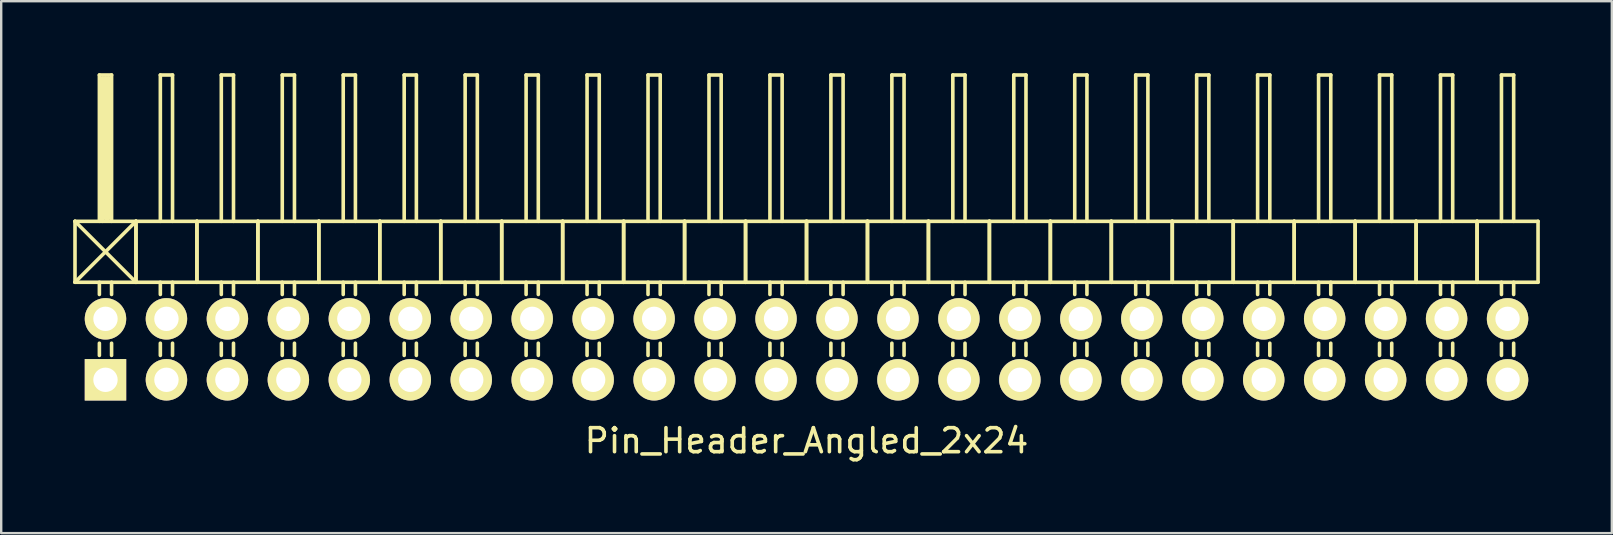
<source format=kicad_pcb>
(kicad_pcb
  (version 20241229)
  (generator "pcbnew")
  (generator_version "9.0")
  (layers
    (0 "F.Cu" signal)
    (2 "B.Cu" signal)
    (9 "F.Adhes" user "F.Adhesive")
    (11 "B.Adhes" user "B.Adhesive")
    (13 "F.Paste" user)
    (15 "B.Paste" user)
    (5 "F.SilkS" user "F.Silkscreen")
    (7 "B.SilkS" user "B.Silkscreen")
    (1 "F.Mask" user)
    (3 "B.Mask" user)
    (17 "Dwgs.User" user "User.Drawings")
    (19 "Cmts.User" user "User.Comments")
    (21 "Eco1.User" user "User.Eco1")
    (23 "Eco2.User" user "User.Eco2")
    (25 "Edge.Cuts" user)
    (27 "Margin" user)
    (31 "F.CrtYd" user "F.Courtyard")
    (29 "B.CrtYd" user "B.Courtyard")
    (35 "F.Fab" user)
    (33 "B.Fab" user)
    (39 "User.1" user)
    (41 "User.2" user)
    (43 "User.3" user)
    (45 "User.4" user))
  (footprint "Pin_Header_Angled_2x24"
    (layer "F.Cu")
    (at 30.555 11.505)
    (property "Reference" "Pin_Header_Angled_2x24" (at 0 3.81 0) (layer "F.SilkS") (effects (font (size 1 1) (thickness 0.15))))
    (attr through_hole)
    (fp_line (start -30.48 -5.334) (end -27.94 -2.794) (stroke (width 0.15) (type solid)) (layer "F.SilkS"))
    (fp_line (start -30.48 -2.794) (end -30.48 -5.334) (stroke (width 0.15) (type solid)) (layer "F.SilkS"))
    (fp_line (start -30.48 -2.794) (end -27.94 -5.334) (stroke (width 0.15) (type solid)) (layer "F.SilkS"))
    (fp_line (start -30.48 -2.794) (end -27.94 -2.794) (stroke (width 0.15) (type solid)) (layer "F.SilkS"))
    (fp_line (start -29.464 -11.43) (end -28.956 -11.43) (stroke (width 0.15) (type solid)) (layer "F.SilkS"))
    (fp_line (start -29.464 -5.334) (end -29.464 -11.43) (stroke (width 0.15) (type solid)) (layer "F.SilkS"))
    (fp_line (start -29.464 -2.794) (end -29.464 -2.286) (stroke (width 0.15) (type solid)) (layer "F.SilkS"))
    (fp_line (start -29.464 -0.254) (end -29.464 0.254) (stroke (width 0.15) (type solid)) (layer "F.SilkS"))
    (fp_line (start -29.337 -11.303) (end -29.083 -11.303) (stroke (width 0.15) (type solid)) (layer "F.SilkS"))
    (fp_line (start -29.337 -5.334) (end -29.337 -11.303) (stroke (width 0.15) (type solid)) (layer "F.SilkS"))
    (fp_line (start -29.21 -5.461) (end -29.21 -11.303) (stroke (width 0.15) (type solid)) (layer "F.SilkS"))
    (fp_line (start -29.083 -11.303) (end -29.083 -5.461) (stroke (width 0.15) (type solid)) (layer "F.SilkS"))
    (fp_line (start -29.083 -5.461) (end -29.21 -5.461) (stroke (width 0.15) (type solid)) (layer "F.SilkS"))
    (fp_line (start -28.956 -11.43) (end -28.956 -5.334) (stroke (width 0.15) (type solid)) (layer "F.SilkS"))
    (fp_line (start -28.956 -2.794) (end -28.956 -2.286) (stroke (width 0.15) (type solid)) (layer "F.SilkS"))
    (fp_line (start -28.956 -0.254) (end -28.956 0.254) (stroke (width 0.15) (type solid)) (layer "F.SilkS"))
    (fp_line (start -27.94 -5.334) (end -30.48 -5.334) (stroke (width 0.15) (type solid)) (layer "F.SilkS"))
    (fp_line (start -27.94 -2.794) (end -27.94 -5.334) (stroke (width 0.15) (type solid)) (layer "F.SilkS"))
    (fp_line (start -27.94 -2.794) (end -27.94 -5.334) (stroke (width 0.15) (type solid)) (layer "F.SilkS"))
    (fp_line (start -27.94 -2.794) (end -25.4 -2.794) (stroke (width 0.15) (type solid)) (layer "F.SilkS"))
    (fp_line (start -26.924 -11.43) (end -26.416 -11.43) (stroke (width 0.15) (type solid)) (layer "F.SilkS"))
    (fp_line (start -26.924 -5.334) (end -26.924 -11.43) (stroke (width 0.15) (type solid)) (layer "F.SilkS"))
    (fp_line (start -26.924 -2.794) (end -26.924 -2.286) (stroke (width 0.15) (type solid)) (layer "F.SilkS"))
    (fp_line (start -26.924 -0.254) (end -26.924 0.254) (stroke (width 0.15) (type solid)) (layer "F.SilkS"))
    (fp_line (start -26.416 -11.43) (end -26.416 -5.334) (stroke (width 0.15) (type solid)) (layer "F.SilkS"))
    (fp_line (start -26.416 -2.794) (end -26.416 -2.286) (stroke (width 0.15) (type solid)) (layer "F.SilkS"))
    (fp_line (start -26.416 -0.254) (end -26.416 0.254) (stroke (width 0.15) (type solid)) (layer "F.SilkS"))
    (fp_line (start -25.4 -5.334) (end -27.94 -5.334) (stroke (width 0.15) (type solid)) (layer "F.SilkS"))
    (fp_line (start -25.4 -2.794) (end -25.4 -5.334) (stroke (width 0.15) (type solid)) (layer "F.SilkS"))
    (fp_line (start -25.4 -2.794) (end -25.4 -5.334) (stroke (width 0.15) (type solid)) (layer "F.SilkS"))
    (fp_line (start -25.4 -2.794) (end -22.86 -2.794) (stroke (width 0.15) (type solid)) (layer "F.SilkS"))
    (fp_line (start -24.384 -11.43) (end -23.876 -11.43) (stroke (width 0.15) (type solid)) (layer "F.SilkS"))
    (fp_line (start -24.384 -5.334) (end -24.384 -11.43) (stroke (width 0.15) (type solid)) (layer "F.SilkS"))
    (fp_line (start -24.384 -2.794) (end -24.384 -2.286) (stroke (width 0.15) (type solid)) (layer "F.SilkS"))
    (fp_line (start -24.384 -0.254) (end -24.384 0.254) (stroke (width 0.15) (type solid)) (layer "F.SilkS"))
    (fp_line (start -23.876 -11.43) (end -23.876 -5.334) (stroke (width 0.15) (type solid)) (layer "F.SilkS"))
    (fp_line (start -23.876 -2.794) (end -23.876 -2.286) (stroke (width 0.15) (type solid)) (layer "F.SilkS"))
    (fp_line (start -23.876 -0.254) (end -23.876 0.254) (stroke (width 0.15) (type solid)) (layer "F.SilkS"))
    (fp_line (start -22.86 -5.334) (end -25.4 -5.334) (stroke (width 0.15) (type solid)) (layer "F.SilkS"))
    (fp_line (start -22.86 -2.794) (end -22.86 -5.334) (stroke (width 0.15) (type solid)) (layer "F.SilkS"))
    (fp_line (start -22.86 -2.794) (end -22.86 -5.334) (stroke (width 0.15) (type solid)) (layer "F.SilkS"))
    (fp_line (start -22.86 -2.794) (end -20.32 -2.794) (stroke (width 0.15) (type solid)) (layer "F.SilkS"))
    (fp_line (start -21.844 -11.43) (end -21.336 -11.43) (stroke (width 0.15) (type solid)) (layer "F.SilkS"))
    (fp_line (start -21.844 -5.334) (end -21.844 -11.43) (stroke (width 0.15) (type solid)) (layer "F.SilkS"))
    (fp_line (start -21.844 -2.794) (end -21.844 -2.286) (stroke (width 0.15) (type solid)) (layer "F.SilkS"))
    (fp_line (start -21.844 -0.254) (end -21.844 0.254) (stroke (width 0.15) (type solid)) (layer "F.SilkS"))
    (fp_line (start -21.336 -11.43) (end -21.336 -5.334) (stroke (width 0.15) (type solid)) (layer "F.SilkS"))
    (fp_line (start -21.336 -2.794) (end -21.336 -2.286) (stroke (width 0.15) (type solid)) (layer "F.SilkS"))
    (fp_line (start -21.336 -0.254) (end -21.336 0.254) (stroke (width 0.15) (type solid)) (layer "F.SilkS"))
    (fp_line (start -20.32 -5.334) (end -22.86 -5.334) (stroke (width 0.15) (type solid)) (layer "F.SilkS"))
    (fp_line (start -20.32 -2.794) (end -20.32 -5.334) (stroke (width 0.15) (type solid)) (layer "F.SilkS"))
    (fp_line (start -20.32 -2.794) (end -20.32 -5.334) (stroke (width 0.15) (type solid)) (layer "F.SilkS"))
    (fp_line (start -20.32 -2.794) (end -17.78 -2.794) (stroke (width 0.15) (type solid)) (layer "F.SilkS"))
    (fp_line (start -19.304 -11.43) (end -18.796 -11.43) (stroke (width 0.15) (type solid)) (layer "F.SilkS"))
    (fp_line (start -19.304 -5.334) (end -19.304 -11.43) (stroke (width 0.15) (type solid)) (layer "F.SilkS"))
    (fp_line (start -19.304 -2.794) (end -19.304 -2.286) (stroke (width 0.15) (type solid)) (layer "F.SilkS"))
    (fp_line (start -19.304 -0.254) (end -19.304 0.254) (stroke (width 0.15) (type solid)) (layer "F.SilkS"))
    (fp_line (start -18.796 -11.43) (end -18.796 -5.334) (stroke (width 0.15) (type solid)) (layer "F.SilkS"))
    (fp_line (start -18.796 -2.794) (end -18.796 -2.286) (stroke (width 0.15) (type solid)) (layer "F.SilkS"))
    (fp_line (start -18.796 -0.254) (end -18.796 0.254) (stroke (width 0.15) (type solid)) (layer "F.SilkS"))
    (fp_line (start -17.78 -5.334) (end -20.32 -5.334) (stroke (width 0.15) (type solid)) (layer "F.SilkS"))
    (fp_line (start -17.78 -2.794) (end -17.78 -5.334) (stroke (width 0.15) (type solid)) (layer "F.SilkS"))
    (fp_line (start -17.78 -2.794) (end -17.78 -5.334) (stroke (width 0.15) (type solid)) (layer "F.SilkS"))
    (fp_line (start -17.78 -2.794) (end -15.24 -2.794) (stroke (width 0.15) (type solid)) (layer "F.SilkS"))
    (fp_line (start -16.764 -11.43) (end -16.256 -11.43) (stroke (width 0.15) (type solid)) (layer "F.SilkS"))
    (fp_line (start -16.764 -5.334) (end -16.764 -11.43) (stroke (width 0.15) (type solid)) (layer "F.SilkS"))
    (fp_line (start -16.764 -2.794) (end -16.764 -2.286) (stroke (width 0.15) (type solid)) (layer "F.SilkS"))
    (fp_line (start -16.764 -0.254) (end -16.764 0.254) (stroke (width 0.15) (type solid)) (layer "F.SilkS"))
    (fp_line (start -16.256 -11.43) (end -16.256 -5.334) (stroke (width 0.15) (type solid)) (layer "F.SilkS"))
    (fp_line (start -16.256 -2.794) (end -16.256 -2.286) (stroke (width 0.15) (type solid)) (layer "F.SilkS"))
    (fp_line (start -16.256 -0.254) (end -16.256 0.254) (stroke (width 0.15) (type solid)) (layer "F.SilkS"))
    (fp_line (start -15.24 -5.334) (end -17.78 -5.334) (stroke (width 0.15) (type solid)) (layer "F.SilkS"))
    (fp_line (start -15.24 -2.794) (end -15.24 -5.334) (stroke (width 0.15) (type solid)) (layer "F.SilkS"))
    (fp_line (start -15.24 -2.794) (end -15.24 -5.334) (stroke (width 0.15) (type solid)) (layer "F.SilkS"))
    (fp_line (start -15.24 -2.794) (end -12.7 -2.794) (stroke (width 0.15) (type solid)) (layer "F.SilkS"))
    (fp_line (start -14.224 -11.43) (end -13.716 -11.43) (stroke (width 0.15) (type solid)) (layer "F.SilkS"))
    (fp_line (start -14.224 -5.334) (end -14.224 -11.43) (stroke (width 0.15) (type solid)) (layer "F.SilkS"))
    (fp_line (start -14.224 -2.794) (end -14.224 -2.286) (stroke (width 0.15) (type solid)) (layer "F.SilkS"))
    (fp_line (start -14.224 -0.254) (end -14.224 0.254) (stroke (width 0.15) (type solid)) (layer "F.SilkS"))
    (fp_line (start -13.716 -11.43) (end -13.716 -5.334) (stroke (width 0.15) (type solid)) (layer "F.SilkS"))
    (fp_line (start -13.716 -2.794) (end -13.716 -2.286) (stroke (width 0.15) (type solid)) (layer "F.SilkS"))
    (fp_line (start -13.716 -0.254) (end -13.716 0.254) (stroke (width 0.15) (type solid)) (layer "F.SilkS"))
    (fp_line (start -12.7 -5.334) (end -15.24 -5.334) (stroke (width 0.15) (type solid)) (layer "F.SilkS"))
    (fp_line (start -12.7 -2.794) (end -12.7 -5.334) (stroke (width 0.15) (type solid)) (layer "F.SilkS"))
    (fp_line (start -12.7 -2.794) (end -12.7 -5.334) (stroke (width 0.15) (type solid)) (layer "F.SilkS"))
    (fp_line (start -12.7 -2.794) (end -10.16 -2.794) (stroke (width 0.15) (type solid)) (layer "F.SilkS"))
    (fp_line (start -11.684 -11.43) (end -11.176 -11.43) (stroke (width 0.15) (type solid)) (layer "F.SilkS"))
    (fp_line (start -11.684 -5.334) (end -11.684 -11.43) (stroke (width 0.15) (type solid)) (layer "F.SilkS"))
    (fp_line (start -11.684 -2.794) (end -11.684 -2.286) (stroke (width 0.15) (type solid)) (layer "F.SilkS"))
    (fp_line (start -11.684 -0.254) (end -11.684 0.254) (stroke (width 0.15) (type solid)) (layer "F.SilkS"))
    (fp_line (start -11.176 -11.43) (end -11.176 -5.334) (stroke (width 0.15) (type solid)) (layer "F.SilkS"))
    (fp_line (start -11.176 -2.794) (end -11.176 -2.286) (stroke (width 0.15) (type solid)) (layer "F.SilkS"))
    (fp_line (start -11.176 -0.254) (end -11.176 0.254) (stroke (width 0.15) (type solid)) (layer "F.SilkS"))
    (fp_line (start -10.16 -5.334) (end -12.7 -5.334) (stroke (width 0.15) (type solid)) (layer "F.SilkS"))
    (fp_line (start -10.16 -2.794) (end -10.16 -5.334) (stroke (width 0.15) (type solid)) (layer "F.SilkS"))
    (fp_line (start -10.16 -2.794) (end -10.16 -5.334) (stroke (width 0.15) (type solid)) (layer "F.SilkS"))
    (fp_line (start -10.16 -2.794) (end -7.62 -2.794) (stroke (width 0.15) (type solid)) (layer "F.SilkS"))
    (fp_line (start -9.144 -11.43) (end -8.636 -11.43) (stroke (width 0.15) (type solid)) (layer "F.SilkS"))
    (fp_line (start -9.144 -5.334) (end -9.144 -11.43) (stroke (width 0.15) (type solid)) (layer "F.SilkS"))
    (fp_line (start -9.144 -2.794) (end -9.144 -2.286) (stroke (width 0.15) (type solid)) (layer "F.SilkS"))
    (fp_line (start -9.144 -0.254) (end -9.144 0.254) (stroke (width 0.15) (type solid)) (layer "F.SilkS"))
    (fp_line (start -8.636 -11.43) (end -8.636 -5.334) (stroke (width 0.15) (type solid)) (layer "F.SilkS"))
    (fp_line (start -8.636 -2.794) (end -8.636 -2.286) (stroke (width 0.15) (type solid)) (layer "F.SilkS"))
    (fp_line (start -8.636 -0.254) (end -8.636 0.254) (stroke (width 0.15) (type solid)) (layer "F.SilkS"))
    (fp_line (start -7.62 -5.334) (end -10.16 -5.334) (stroke (width 0.15) (type solid)) (layer "F.SilkS"))
    (fp_line (start -7.62 -2.794) (end -7.62 -5.334) (stroke (width 0.15) (type solid)) (layer "F.SilkS"))
    (fp_line (start -7.62 -2.794) (end -7.62 -5.334) (stroke (width 0.15) (type solid)) (layer "F.SilkS"))
    (fp_line (start -7.62 -2.794) (end -5.08 -2.794) (stroke (width 0.15) (type solid)) (layer "F.SilkS"))
    (fp_line (start -6.604 -11.43) (end -6.096 -11.43) (stroke (width 0.15) (type solid)) (layer "F.SilkS"))
    (fp_line (start -6.604 -5.334) (end -6.604 -11.43) (stroke (width 0.15) (type solid)) (layer "F.SilkS"))
    (fp_line (start -6.604 -2.794) (end -6.604 -2.286) (stroke (width 0.15) (type solid)) (layer "F.SilkS"))
    (fp_line (start -6.604 -0.254) (end -6.604 0.254) (stroke (width 0.15) (type solid)) (layer "F.SilkS"))
    (fp_line (start -6.096 -11.43) (end -6.096 -5.334) (stroke (width 0.15) (type solid)) (layer "F.SilkS"))
    (fp_line (start -6.096 -2.794) (end -6.096 -2.286) (stroke (width 0.15) (type solid)) (layer "F.SilkS"))
    (fp_line (start -6.096 -0.254) (end -6.096 0.254) (stroke (width 0.15) (type solid)) (layer "F.SilkS"))
    (fp_line (start -5.08 -5.334) (end -7.62 -5.334) (stroke (width 0.15) (type solid)) (layer "F.SilkS"))
    (fp_line (start -5.08 -2.794) (end -5.08 -5.334) (stroke (width 0.15) (type solid)) (layer "F.SilkS"))
    (fp_line (start -5.08 -2.794) (end -5.08 -5.334) (stroke (width 0.15) (type solid)) (layer "F.SilkS"))
    (fp_line (start -5.08 -2.794) (end -2.54 -2.794) (stroke (width 0.15) (type solid)) (layer "F.SilkS"))
    (fp_line (start -4.064 -11.43) (end -3.556 -11.43) (stroke (width 0.15) (type solid)) (layer "F.SilkS"))
    (fp_line (start -4.064 -5.334) (end -4.064 -11.43) (stroke (width 0.15) (type solid)) (layer "F.SilkS"))
    (fp_line (start -4.064 -2.794) (end -4.064 -2.286) (stroke (width 0.15) (type solid)) (layer "F.SilkS"))
    (fp_line (start -4.064 -0.254) (end -4.064 0.254) (stroke (width 0.15) (type solid)) (layer "F.SilkS"))
    (fp_line (start -3.556 -11.43) (end -3.556 -5.334) (stroke (width 0.15) (type solid)) (layer "F.SilkS"))
    (fp_line (start -3.556 -2.794) (end -3.556 -2.286) (stroke (width 0.15) (type solid)) (layer "F.SilkS"))
    (fp_line (start -3.556 -0.254) (end -3.556 0.254) (stroke (width 0.15) (type solid)) (layer "F.SilkS"))
    (fp_line (start -2.54 -5.334) (end -5.08 -5.334) (stroke (width 0.15) (type solid)) (layer "F.SilkS"))
    (fp_line (start -2.54 -2.794) (end -2.54 -5.334) (stroke (width 0.15) (type solid)) (layer "F.SilkS"))
    (fp_line (start -2.54 -2.794) (end -2.54 -5.334) (stroke (width 0.15) (type solid)) (layer "F.SilkS"))
    (fp_line (start -2.54 -2.794) (end 0 -2.794) (stroke (width 0.15) (type solid)) (layer "F.SilkS"))
    (fp_line (start -1.524 -11.43) (end -1.016 -11.43) (stroke (width 0.15) (type solid)) (layer "F.SilkS"))
    (fp_line (start -1.524 -5.334) (end -1.524 -11.43) (stroke (width 0.15) (type solid)) (layer "F.SilkS"))
    (fp_line (start -1.524 -2.794) (end -1.524 -2.286) (stroke (width 0.15) (type solid)) (layer "F.SilkS"))
    (fp_line (start -1.524 -0.254) (end -1.524 0.254) (stroke (width 0.15) (type solid)) (layer "F.SilkS"))
    (fp_line (start -1.016 -11.43) (end -1.016 -5.334) (stroke (width 0.15) (type solid)) (layer "F.SilkS"))
    (fp_line (start -1.016 -2.794) (end -1.016 -2.286) (stroke (width 0.15) (type solid)) (layer "F.SilkS"))
    (fp_line (start -1.016 -0.254) (end -1.016 0.254) (stroke (width 0.15) (type solid)) (layer "F.SilkS"))
    (fp_line (start 0 -5.334) (end -2.54 -5.334) (stroke (width 0.15) (type solid)) (layer "F.SilkS"))
    (fp_line (start 0 -2.794) (end 0 -5.334) (stroke (width 0.15) (type solid)) (layer "F.SilkS"))
    (fp_line (start 0 -2.794) (end 0 -5.334) (stroke (width 0.15) (type solid)) (layer "F.SilkS"))
    (fp_line (start 0 -2.794) (end 2.54 -2.794) (stroke (width 0.15) (type solid)) (layer "F.SilkS"))
    (fp_line (start 1.016 -11.43) (end 1.524 -11.43) (stroke (width 0.15) (type solid)) (layer "F.SilkS"))
    (fp_line (start 1.016 -5.334) (end 1.016 -11.43) (stroke (width 0.15) (type solid)) (layer "F.SilkS"))
    (fp_line (start 1.016 -2.794) (end 1.016 -2.286) (stroke (width 0.15) (type solid)) (layer "F.SilkS"))
    (fp_line (start 1.016 -0.254) (end 1.016 0.254) (stroke (width 0.15) (type solid)) (layer "F.SilkS"))
    (fp_line (start 1.524 -11.43) (end 1.524 -5.334) (stroke (width 0.15) (type solid)) (layer "F.SilkS"))
    (fp_line (start 1.524 -2.794) (end 1.524 -2.286) (stroke (width 0.15) (type solid)) (layer "F.SilkS"))
    (fp_line (start 1.524 -0.254) (end 1.524 0.254) (stroke (width 0.15) (type solid)) (layer "F.SilkS"))
    (fp_line (start 2.54 -5.334) (end 0 -5.334) (stroke (width 0.15) (type solid)) (layer "F.SilkS"))
    (fp_line (start 2.54 -2.794) (end 2.54 -5.334) (stroke (width 0.15) (type solid)) (layer "F.SilkS"))
    (fp_line (start 2.54 -2.794) (end 2.54 -5.334) (stroke (width 0.15) (type solid)) (layer "F.SilkS"))
    (fp_line (start 2.54 -2.794) (end 5.08 -2.794) (stroke (width 0.15) (type solid)) (layer "F.SilkS"))
    (fp_line (start 3.556 -11.43) (end 4.064 -11.43) (stroke (width 0.15) (type solid)) (layer "F.SilkS"))
    (fp_line (start 3.556 -5.334) (end 3.556 -11.43) (stroke (width 0.15) (type solid)) (layer "F.SilkS"))
    (fp_line (start 3.556 -2.794) (end 3.556 -2.286) (stroke (width 0.15) (type solid)) (layer "F.SilkS"))
    (fp_line (start 3.556 -0.254) (end 3.556 0.254) (stroke (width 0.15) (type solid)) (layer "F.SilkS"))
    (fp_line (start 4.064 -11.43) (end 4.064 -5.334) (stroke (width 0.15) (type solid)) (layer "F.SilkS"))
    (fp_line (start 4.064 -2.794) (end 4.064 -2.286) (stroke (width 0.15) (type solid)) (layer "F.SilkS"))
    (fp_line (start 4.064 -0.254) (end 4.064 0.254) (stroke (width 0.15) (type solid)) (layer "F.SilkS"))
    (fp_line (start 5.08 -5.334) (end 2.54 -5.334) (stroke (width 0.15) (type solid)) (layer "F.SilkS"))
    (fp_line (start 5.08 -2.794) (end 5.08 -5.334) (stroke (width 0.15) (type solid)) (layer "F.SilkS"))
    (fp_line (start 5.08 -2.794) (end 5.08 -5.334) (stroke (width 0.15) (type solid)) (layer "F.SilkS"))
    (fp_line (start 5.08 -2.794) (end 7.62 -2.794) (stroke (width 0.15) (type solid)) (layer "F.SilkS"))
    (fp_line (start 6.096 -11.43) (end 6.604 -11.43) (stroke (width 0.15) (type solid)) (layer "F.SilkS"))
    (fp_line (start 6.096 -5.334) (end 6.096 -11.43) (stroke (width 0.15) (type solid)) (layer "F.SilkS"))
    (fp_line (start 6.096 -2.794) (end 6.096 -2.286) (stroke (width 0.15) (type solid)) (layer "F.SilkS"))
    (fp_line (start 6.096 -0.254) (end 6.096 0.254) (stroke (width 0.15) (type solid)) (layer "F.SilkS"))
    (fp_line (start 6.604 -11.43) (end 6.604 -5.334) (stroke (width 0.15) (type solid)) (layer "F.SilkS"))
    (fp_line (start 6.604 -2.794) (end 6.604 -2.286) (stroke (width 0.15) (type solid)) (layer "F.SilkS"))
    (fp_line (start 6.604 -0.254) (end 6.604 0.254) (stroke (width 0.15) (type solid)) (layer "F.SilkS"))
    (fp_line (start 7.62 -5.334) (end 5.08 -5.334) (stroke (width 0.15) (type solid)) (layer "F.SilkS"))
    (fp_line (start 7.62 -2.794) (end 7.62 -5.334) (stroke (width 0.15) (type solid)) (layer "F.SilkS"))
    (fp_line (start 7.62 -2.794) (end 7.62 -5.334) (stroke (width 0.15) (type solid)) (layer "F.SilkS"))
    (fp_line (start 7.62 -2.794) (end 10.16 -2.794) (stroke (width 0.15) (type solid)) (layer "F.SilkS"))
    (fp_line (start 8.636 -11.43) (end 9.144 -11.43) (stroke (width 0.15) (type solid)) (layer "F.SilkS"))
    (fp_line (start 8.636 -5.334) (end 8.636 -11.43) (stroke (width 0.15) (type solid)) (layer "F.SilkS"))
    (fp_line (start 8.636 -2.794) (end 8.636 -2.286) (stroke (width 0.15) (type solid)) (layer "F.SilkS"))
    (fp_line (start 8.636 -0.254) (end 8.636 0.254) (stroke (width 0.15) (type solid)) (layer "F.SilkS"))
    (fp_line (start 9.144 -11.43) (end 9.144 -5.334) (stroke (width 0.15) (type solid)) (layer "F.SilkS"))
    (fp_line (start 9.144 -2.794) (end 9.144 -2.286) (stroke (width 0.15) (type solid)) (layer "F.SilkS"))
    (fp_line (start 9.144 -0.254) (end 9.144 0.254) (stroke (width 0.15) (type solid)) (layer "F.SilkS"))
    (fp_line (start 10.16 -5.334) (end 7.62 -5.334) (stroke (width 0.15) (type solid)) (layer "F.SilkS"))
    (fp_line (start 10.16 -2.794) (end 10.16 -5.334) (stroke (width 0.15) (type solid)) (layer "F.SilkS"))
    (fp_line (start 10.16 -2.794) (end 10.16 -5.334) (stroke (width 0.15) (type solid)) (layer "F.SilkS"))
    (fp_line (start 10.16 -2.794) (end 12.7 -2.794) (stroke (width 0.15) (type solid)) (layer "F.SilkS"))
    (fp_line (start 11.176 -11.43) (end 11.684 -11.43) (stroke (width 0.15) (type solid)) (layer "F.SilkS"))
    (fp_line (start 11.176 -5.334) (end 11.176 -11.43) (stroke (width 0.15) (type solid)) (layer "F.SilkS"))
    (fp_line (start 11.176 -2.794) (end 11.176 -2.286) (stroke (width 0.15) (type solid)) (layer "F.SilkS"))
    (fp_line (start 11.176 -0.254) (end 11.176 0.254) (stroke (width 0.15) (type solid)) (layer "F.SilkS"))
    (fp_line (start 11.684 -11.43) (end 11.684 -5.334) (stroke (width 0.15) (type solid)) (layer "F.SilkS"))
    (fp_line (start 11.684 -2.794) (end 11.684 -2.286) (stroke (width 0.15) (type solid)) (layer "F.SilkS"))
    (fp_line (start 11.684 -0.254) (end 11.684 0.254) (stroke (width 0.15) (type solid)) (layer "F.SilkS"))
    (fp_line (start 12.7 -5.334) (end 10.16 -5.334) (stroke (width 0.15) (type solid)) (layer "F.SilkS"))
    (fp_line (start 12.7 -2.794) (end 12.7 -5.334) (stroke (width 0.15) (type solid)) (layer "F.SilkS"))
    (fp_line (start 12.7 -2.794) (end 12.7 -5.334) (stroke (width 0.15) (type solid)) (layer "F.SilkS"))
    (fp_line (start 12.7 -2.794) (end 15.24 -2.794) (stroke (width 0.15) (type solid)) (layer "F.SilkS"))
    (fp_line (start 13.716 -11.43) (end 14.224 -11.43) (stroke (width 0.15) (type solid)) (layer "F.SilkS"))
    (fp_line (start 13.716 -5.334) (end 13.716 -11.43) (stroke (width 0.15) (type solid)) (layer "F.SilkS"))
    (fp_line (start 13.716 -2.794) (end 13.716 -2.286) (stroke (width 0.15) (type solid)) (layer "F.SilkS"))
    (fp_line (start 13.716 -0.254) (end 13.716 0.254) (stroke (width 0.15) (type solid)) (layer "F.SilkS"))
    (fp_line (start 14.224 -11.43) (end 14.224 -5.334) (stroke (width 0.15) (type solid)) (layer "F.SilkS"))
    (fp_line (start 14.224 -2.794) (end 14.224 -2.286) (stroke (width 0.15) (type solid)) (layer "F.SilkS"))
    (fp_line (start 14.224 -0.254) (end 14.224 0.254) (stroke (width 0.15) (type solid)) (layer "F.SilkS"))
    (fp_line (start 15.24 -5.334) (end 12.7 -5.334) (stroke (width 0.15) (type solid)) (layer "F.SilkS"))
    (fp_line (start 15.24 -2.794) (end 15.24 -5.334) (stroke (width 0.15) (type solid)) (layer "F.SilkS"))
    (fp_line (start 15.24 -2.794) (end 15.24 -5.334) (stroke (width 0.15) (type solid)) (layer "F.SilkS"))
    (fp_line (start 15.24 -2.794) (end 17.78 -2.794) (stroke (width 0.15) (type solid)) (layer "F.SilkS"))
    (fp_line (start 16.256 -11.43) (end 16.764 -11.43) (stroke (width 0.15) (type solid)) (layer "F.SilkS"))
    (fp_line (start 16.256 -5.334) (end 16.256 -11.43) (stroke (width 0.15) (type solid)) (layer "F.SilkS"))
    (fp_line (start 16.256 -2.794) (end 16.256 -2.286) (stroke (width 0.15) (type solid)) (layer "F.SilkS"))
    (fp_line (start 16.256 -0.254) (end 16.256 0.254) (stroke (width 0.15) (type solid)) (layer "F.SilkS"))
    (fp_line (start 16.764 -11.43) (end 16.764 -5.334) (stroke (width 0.15) (type solid)) (layer "F.SilkS"))
    (fp_line (start 16.764 -2.794) (end 16.764 -2.286) (stroke (width 0.15) (type solid)) (layer "F.SilkS"))
    (fp_line (start 16.764 -0.254) (end 16.764 0.254) (stroke (width 0.15) (type solid)) (layer "F.SilkS"))
    (fp_line (start 17.78 -5.334) (end 15.24 -5.334) (stroke (width 0.15) (type solid)) (layer "F.SilkS"))
    (fp_line (start 17.78 -2.794) (end 17.78 -5.334) (stroke (width 0.15) (type solid)) (layer "F.SilkS"))
    (fp_line (start 17.78 -2.794) (end 17.78 -5.334) (stroke (width 0.15) (type solid)) (layer "F.SilkS"))
    (fp_line (start 17.78 -2.794) (end 20.32 -2.794) (stroke (width 0.15) (type solid)) (layer "F.SilkS"))
    (fp_line (start 18.796 -11.43) (end 19.304 -11.43) (stroke (width 0.15) (type solid)) (layer "F.SilkS"))
    (fp_line (start 18.796 -5.334) (end 18.796 -11.43) (stroke (width 0.15) (type solid)) (layer "F.SilkS"))
    (fp_line (start 18.796 -2.794) (end 18.796 -2.286) (stroke (width 0.15) (type solid)) (layer "F.SilkS"))
    (fp_line (start 18.796 -0.254) (end 18.796 0.254) (stroke (width 0.15) (type solid)) (layer "F.SilkS"))
    (fp_line (start 19.304 -11.43) (end 19.304 -5.334) (stroke (width 0.15) (type solid)) (layer "F.SilkS"))
    (fp_line (start 19.304 -2.794) (end 19.304 -2.286) (stroke (width 0.15) (type solid)) (layer "F.SilkS"))
    (fp_line (start 19.304 -0.254) (end 19.304 0.254) (stroke (width 0.15) (type solid)) (layer "F.SilkS"))
    (fp_line (start 20.32 -5.334) (end 17.78 -5.334) (stroke (width 0.15) (type solid)) (layer "F.SilkS"))
    (fp_line (start 20.32 -2.794) (end 20.32 -5.334) (stroke (width 0.15) (type solid)) (layer "F.SilkS"))
    (fp_line (start 20.32 -2.794) (end 20.32 -5.334) (stroke (width 0.15) (type solid)) (layer "F.SilkS"))
    (fp_line (start 20.32 -2.794) (end 22.86 -2.794) (stroke (width 0.15) (type solid)) (layer "F.SilkS"))
    (fp_line (start 21.336 -11.43) (end 21.844 -11.43) (stroke (width 0.15) (type solid)) (layer "F.SilkS"))
    (fp_line (start 21.336 -5.334) (end 21.336 -11.43) (stroke (width 0.15) (type solid)) (layer "F.SilkS"))
    (fp_line (start 21.336 -2.794) (end 21.336 -2.286) (stroke (width 0.15) (type solid)) (layer "F.SilkS"))
    (fp_line (start 21.336 -0.254) (end 21.336 0.254) (stroke (width 0.15) (type solid)) (layer "F.SilkS"))
    (fp_line (start 21.844 -11.43) (end 21.844 -5.334) (stroke (width 0.15) (type solid)) (layer "F.SilkS"))
    (fp_line (start 21.844 -2.794) (end 21.844 -2.286) (stroke (width 0.15) (type solid)) (layer "F.SilkS"))
    (fp_line (start 21.844 -0.254) (end 21.844 0.254) (stroke (width 0.15) (type solid)) (layer "F.SilkS"))
    (fp_line (start 22.86 -5.334) (end 20.32 -5.334) (stroke (width 0.15) (type solid)) (layer "F.SilkS"))
    (fp_line (start 22.86 -2.794) (end 22.86 -5.334) (stroke (width 0.15) (type solid)) (layer "F.SilkS"))
    (fp_line (start 22.86 -2.794) (end 22.86 -5.334) (stroke (width 0.15) (type solid)) (layer "F.SilkS"))
    (fp_line (start 22.86 -2.794) (end 25.4 -2.794) (stroke (width 0.15) (type solid)) (layer "F.SilkS"))
    (fp_line (start 23.876 -11.43) (end 24.384 -11.43) (stroke (width 0.15) (type solid)) (layer "F.SilkS"))
    (fp_line (start 23.876 -5.334) (end 23.876 -11.43) (stroke (width 0.15) (type solid)) (layer "F.SilkS"))
    (fp_line (start 23.876 -2.794) (end 23.876 -2.286) (stroke (width 0.15) (type solid)) (layer "F.SilkS"))
    (fp_line (start 23.876 -0.254) (end 23.876 0.254) (stroke (width 0.15) (type solid)) (layer "F.SilkS"))
    (fp_line (start 24.384 -11.43) (end 24.384 -5.334) (stroke (width 0.15) (type solid)) (layer "F.SilkS"))
    (fp_line (start 24.384 -2.794) (end 24.384 -2.286) (stroke (width 0.15) (type solid)) (layer "F.SilkS"))
    (fp_line (start 24.384 -0.254) (end 24.384 0.254) (stroke (width 0.15) (type solid)) (layer "F.SilkS"))
    (fp_line (start 25.4 -5.334) (end 22.86 -5.334) (stroke (width 0.15) (type solid)) (layer "F.SilkS"))
    (fp_line (start 25.4 -2.794) (end 25.4 -5.334) (stroke (width 0.15) (type solid)) (layer "F.SilkS"))
    (fp_line (start 25.4 -2.794) (end 25.4 -5.334) (stroke (width 0.15) (type solid)) (layer "F.SilkS"))
    (fp_line (start 25.4 -2.794) (end 27.94 -2.794) (stroke (width 0.15) (type solid)) (layer "F.SilkS"))
    (fp_line (start 26.416 -11.43) (end 26.924 -11.43) (stroke (width 0.15) (type solid)) (layer "F.SilkS"))
    (fp_line (start 26.416 -5.334) (end 26.416 -11.43) (stroke (width 0.15) (type solid)) (layer "F.SilkS"))
    (fp_line (start 26.416 -2.794) (end 26.416 -2.286) (stroke (width 0.15) (type solid)) (layer "F.SilkS"))
    (fp_line (start 26.416 -0.254) (end 26.416 0.254) (stroke (width 0.15) (type solid)) (layer "F.SilkS"))
    (fp_line (start 26.924 -11.43) (end 26.924 -5.334) (stroke (width 0.15) (type solid)) (layer "F.SilkS"))
    (fp_line (start 26.924 -2.794) (end 26.924 -2.286) (stroke (width 0.15) (type solid)) (layer "F.SilkS"))
    (fp_line (start 26.924 -0.254) (end 26.924 0.254) (stroke (width 0.15) (type solid)) (layer "F.SilkS"))
    (fp_line (start 27.94 -5.334) (end 25.4 -5.334) (stroke (width 0.15) (type solid)) (layer "F.SilkS"))
    (fp_line (start 27.94 -2.794) (end 27.94 -5.334) (stroke (width 0.15) (type solid)) (layer "F.SilkS"))
    (fp_line (start 27.94 -2.794) (end 27.94 -5.334) (stroke (width 0.15) (type solid)) (layer "F.SilkS"))
    (fp_line (start 27.94 -2.794) (end 30.48 -2.794) (stroke (width 0.15) (type solid)) (layer "F.SilkS"))
    (fp_line (start 28.956 -11.43) (end 29.464 -11.43) (stroke (width 0.15) (type solid)) (layer "F.SilkS"))
    (fp_line (start 28.956 -5.334) (end 28.956 -11.43) (stroke (width 0.15) (type solid)) (layer "F.SilkS"))
    (fp_line (start 28.956 -2.794) (end 28.956 -2.286) (stroke (width 0.15) (type solid)) (layer "F.SilkS"))
    (fp_line (start 28.956 -0.254) (end 28.956 0.254) (stroke (width 0.15) (type solid)) (layer "F.SilkS"))
    (fp_line (start 29.464 -11.43) (end 29.464 -5.334) (stroke (width 0.15) (type solid)) (layer "F.SilkS"))
    (fp_line (start 29.464 -2.794) (end 29.464 -2.286) (stroke (width 0.15) (type solid)) (layer "F.SilkS"))
    (fp_line (start 29.464 -0.254) (end 29.464 0.254) (stroke (width 0.15) (type solid)) (layer "F.SilkS"))
    (fp_line (start 30.48 -5.334) (end 27.94 -5.334) (stroke (width 0.15) (type solid)) (layer "F.SilkS"))
    (fp_line (start 30.48 -2.794) (end 30.48 -5.334) (stroke (width 0.15) (type solid)) (layer "F.SilkS"))
    (pad "1" thru_hole rect (at -29.21 1.27) (size 1.727 1.727) (drill 1.016) (layers "*.Cu" "*.Mask" "F.SilkS"))
    (pad "2" thru_hole oval (at -29.21 -1.27) (size 1.727 1.727) (drill 1.016) (layers "*.Cu" "*.Mask" "F.SilkS"))
    (pad "3" thru_hole oval (at -26.67 1.27) (size 1.727 1.727) (drill 1.016) (layers "*.Cu" "*.Mask" "F.SilkS"))
    (pad "4" thru_hole oval (at -26.67 -1.27) (size 1.727 1.727) (drill 1.016) (layers "*.Cu" "*.Mask" "F.SilkS"))
    (pad "5" thru_hole oval (at -24.13 1.27) (size 1.727 1.727) (drill 1.016) (layers "*.Cu" "*.Mask" "F.SilkS"))
    (pad "6" thru_hole oval (at -24.13 -1.27) (size 1.727 1.727) (drill 1.016) (layers "*.Cu" "*.Mask" "F.SilkS"))
    (pad "7" thru_hole oval (at -21.59 1.27) (size 1.727 1.727) (drill 1.016) (layers "*.Cu" "*.Mask" "F.SilkS"))
    (pad "8" thru_hole oval (at -21.59 -1.27) (size 1.727 1.727) (drill 1.016) (layers "*.Cu" "*.Mask" "F.SilkS"))
    (pad "9" thru_hole oval (at -19.05 1.27) (size 1.727 1.727) (drill 1.016) (layers "*.Cu" "*.Mask" "F.SilkS"))
    (pad "10" thru_hole oval (at -19.05 -1.27) (size 1.727 1.727) (drill 1.016) (layers "*.Cu" "*.Mask" "F.SilkS"))
    (pad "11" thru_hole oval (at -16.51 1.27) (size 1.727 1.727) (drill 1.016) (layers "*.Cu" "*.Mask" "F.SilkS"))
    (pad "12" thru_hole oval (at -16.51 -1.27) (size 1.727 1.727) (drill 1.016) (layers "*.Cu" "*.Mask" "F.SilkS"))
    (pad "13" thru_hole oval (at -13.97 1.27) (size 1.727 1.727) (drill 1.016) (layers "*.Cu" "*.Mask" "F.SilkS"))
    (pad "14" thru_hole oval (at -13.97 -1.27) (size 1.727 1.727) (drill 1.016) (layers "*.Cu" "*.Mask" "F.SilkS"))
    (pad "15" thru_hole oval (at -11.43 1.27) (size 1.727 1.727) (drill 1.016) (layers "*.Cu" "*.Mask" "F.SilkS"))
    (pad "16" thru_hole oval (at -11.43 -1.27) (size 1.727 1.727) (drill 1.016) (layers "*.Cu" "*.Mask" "F.SilkS"))
    (pad "17" thru_hole oval (at -8.89 1.27) (size 1.727 1.727) (drill 1.016) (layers "*.Cu" "*.Mask" "F.SilkS"))
    (pad "18" thru_hole oval (at -8.89 -1.27) (size 1.727 1.727) (drill 1.016) (layers "*.Cu" "*.Mask" "F.SilkS"))
    (pad "19" thru_hole oval (at -6.35 1.27) (size 1.727 1.727) (drill 1.016) (layers "*.Cu" "*.Mask" "F.SilkS"))
    (pad "20" thru_hole oval (at -6.35 -1.27) (size 1.727 1.727) (drill 1.016) (layers "*.Cu" "*.Mask" "F.SilkS"))
    (pad "21" thru_hole oval (at -3.81 1.27) (size 1.727 1.727) (drill 1.016) (layers "*.Cu" "*.Mask" "F.SilkS"))
    (pad "22" thru_hole oval (at -3.81 -1.27) (size 1.727 1.727) (drill 1.016) (layers "*.Cu" "*.Mask" "F.SilkS"))
    (pad "23" thru_hole oval (at -1.27 1.27) (size 1.727 1.727) (drill 1.016) (layers "*.Cu" "*.Mask" "F.SilkS"))
    (pad "24" thru_hole oval (at -1.27 -1.27) (size 1.727 1.727) (drill 1.016) (layers "*.Cu" "*.Mask" "F.SilkS"))
    (pad "25" thru_hole oval (at 1.27 1.27) (size 1.727 1.727) (drill 1.016) (layers "*.Cu" "*.Mask" "F.SilkS"))
    (pad "26" thru_hole oval (at 1.27 -1.27) (size 1.727 1.727) (drill 1.016) (layers "*.Cu" "*.Mask" "F.SilkS"))
    (pad "27" thru_hole oval (at 3.81 1.27) (size 1.727 1.727) (drill 1.016) (layers "*.Cu" "*.Mask" "F.SilkS"))
    (pad "28" thru_hole oval (at 3.81 -1.27) (size 1.727 1.727) (drill 1.016) (layers "*.Cu" "*.Mask" "F.SilkS"))
    (pad "29" thru_hole oval (at 6.35 1.27) (size 1.727 1.727) (drill 1.016) (layers "*.Cu" "*.Mask" "F.SilkS"))
    (pad "30" thru_hole oval (at 6.35 -1.27) (size 1.727 1.727) (drill 1.016) (layers "*.Cu" "*.Mask" "F.SilkS"))
    (pad "31" thru_hole oval (at 8.89 1.27) (size 1.727 1.727) (drill 1.016) (layers "*.Cu" "*.Mask" "F.SilkS"))
    (pad "32" thru_hole oval (at 8.89 -1.27) (size 1.727 1.727) (drill 1.016) (layers "*.Cu" "*.Mask" "F.SilkS"))
    (pad "33" thru_hole oval (at 11.43 1.27) (size 1.727 1.727) (drill 1.016) (layers "*.Cu" "*.Mask" "F.SilkS"))
    (pad "34" thru_hole oval (at 11.43 -1.27) (size 1.727 1.727) (drill 1.016) (layers "*.Cu" "*.Mask" "F.SilkS"))
    (pad "35" thru_hole oval (at 13.97 1.27) (size 1.727 1.727) (drill 1.016) (layers "*.Cu" "*.Mask" "F.SilkS"))
    (pad "36" thru_hole oval (at 13.97 -1.27) (size 1.727 1.727) (drill 1.016) (layers "*.Cu" "*.Mask" "F.SilkS"))
    (pad "37" thru_hole oval (at 16.51 1.27) (size 1.727 1.727) (drill 1.016) (layers "*.Cu" "*.Mask" "F.SilkS"))
    (pad "38" thru_hole oval (at 16.51 -1.27) (size 1.727 1.727) (drill 1.016) (layers "*.Cu" "*.Mask" "F.SilkS"))
    (pad "39" thru_hole oval (at 19.05 1.27) (size 1.727 1.727) (drill 1.016) (layers "*.Cu" "*.Mask" "F.SilkS"))
    (pad "40" thru_hole oval (at 19.05 -1.27) (size 1.727 1.727) (drill 1.016) (layers "*.Cu" "*.Mask" "F.SilkS"))
    (pad "41" thru_hole oval (at 21.59 1.27) (size 1.727 1.727) (drill 1.016) (layers "*.Cu" "*.Mask" "F.SilkS"))
    (pad "42" thru_hole oval (at 21.59 -1.27) (size 1.727 1.727) (drill 1.016) (layers "*.Cu" "*.Mask" "F.SilkS"))
    (pad "43" thru_hole oval (at 24.13 1.27) (size 1.727 1.727) (drill 1.016) (layers "*.Cu" "*.Mask" "F.SilkS"))
    (pad "44" thru_hole oval (at 24.13 -1.27) (size 1.727 1.727) (drill 1.016) (layers "*.Cu" "*.Mask" "F.SilkS"))
    (pad "45" thru_hole oval (at 26.67 1.27) (size 1.727 1.727) (drill 1.016) (layers "*.Cu" "*.Mask" "F.SilkS"))
    (pad "46" thru_hole oval (at 26.67 -1.27) (size 1.727 1.727) (drill 1.016) (layers "*.Cu" "*.Mask" "F.SilkS"))
    (pad "47" thru_hole oval (at 29.21 1.27) (size 1.727 1.727) (drill 1.016) (layers "*.Cu" "*.Mask" "F.SilkS"))
    (pad "48" thru_hole oval (at 29.21 -1.27) (size 1.727 1.727) (drill 1.016) (layers "*.Cu" "*.Mask" "F.SilkS")))
  (gr_rect
    (start -3 -3)
    (end 64.11 19.163)
    (stroke (width 0.1) (type default))
    (fill no)
    (layer "Edge.Cuts")))
</source>
